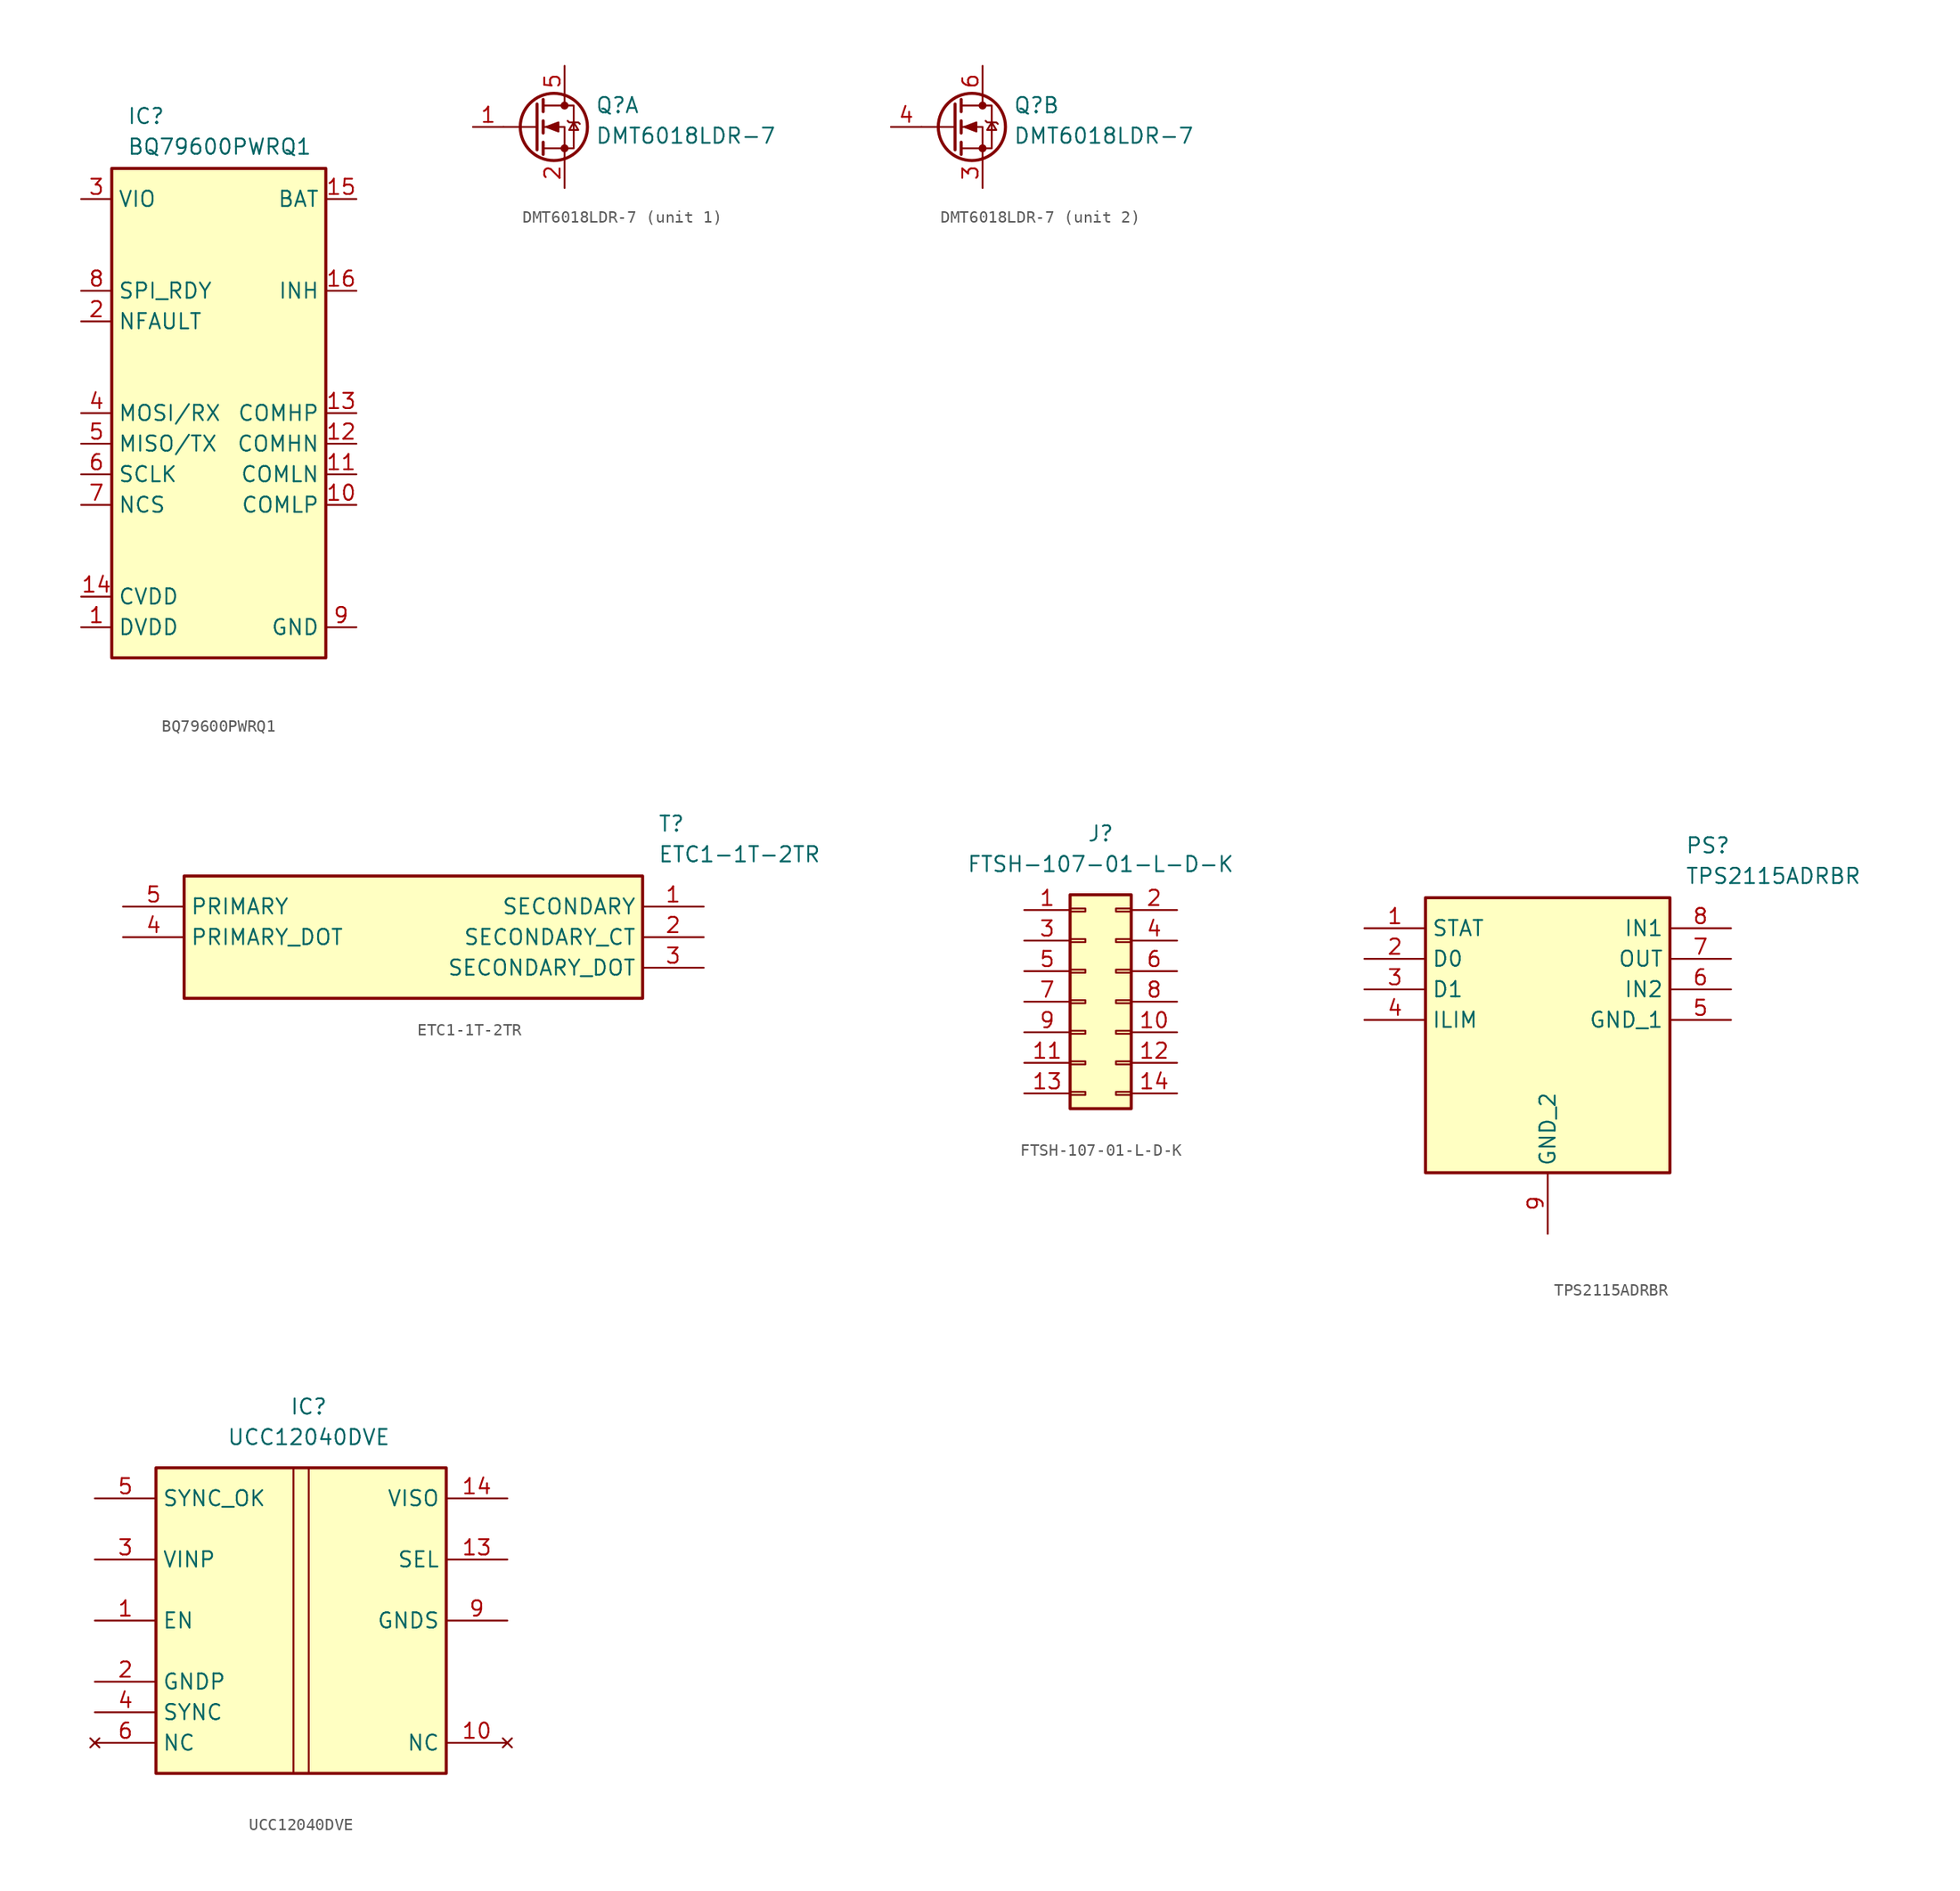
<source format=kicad_sym>
(kicad_symbol_lib
  (version 20241209)
  (generator "kicad_symbol_editor")
  (generator_version "9.0")
  (symbol "BQ79600PWRQ1"
    (property "Reference" "IC"
      (at -7.62 25.4 0)
      (effects (font (size 1.27 1.27)) (justify left top)))
    (property "Value" "BQ79600PWRQ1"
      (at -7.62 22.86 0)
      (effects (font (size 1.27 1.27)) (justify left top)))
    (symbol "BQ79600PWRQ1_1_1"
      (rectangle (start -8.89 20.32) (end 8.89 -20.32) (stroke (width 0.254) (type default)) (fill (type background)))
      (pin passive line (at -11.43 17.78 0) (length 2.54) (name "VIO" (effects (font (size 1.27 1.27)))) (number "3" (effects (font (size 1.27 1.27)))))
      (pin passive line (at -11.43 10.16 0) (length 2.54) (name "SPI_RDY" (effects (font (size 1.27 1.27)))) (number "8" (effects (font (size 1.27 1.27)))))
      (pin passive line (at -11.43 7.62 0) (length 2.54) (name "NFAULT" (effects (font (size 1.27 1.27)))) (number "2" (effects (font (size 1.27 1.27)))))
      (pin passive line (at -11.43 0 0) (length 2.54) (name "MOSI/RX" (effects (font (size 1.27 1.27)))) (number "4" (effects (font (size 1.27 1.27)))))
      (pin passive line (at -11.43 -2.54 0) (length 2.54) (name "MISO/TX" (effects (font (size 1.27 1.27)))) (number "5" (effects (font (size 1.27 1.27)))))
      (pin passive line (at -11.43 -5.08 0) (length 2.54) (name "SCLK" (effects (font (size 1.27 1.27)))) (number "6" (effects (font (size 1.27 1.27)))))
      (pin passive line (at -11.43 -7.62 0) (length 2.54) (name "NCS" (effects (font (size 1.27 1.27)))) (number "7" (effects (font (size 1.27 1.27)))))
      (pin passive line (at -11.43 -15.24 0) (length 2.54) (name "CVDD" (effects (font (size 1.27 1.27)))) (number "14" (effects (font (size 1.27 1.27)))))
      (pin passive line (at -11.43 -17.78 0) (length 2.54) (name "DVDD" (effects (font (size 1.27 1.27)))) (number "1" (effects (font (size 1.27 1.27)))))
      (pin passive line (at 11.43 17.78 180) (length 2.54) (name "BAT" (effects (font (size 1.27 1.27)))) (number "15" (effects (font (size 1.27 1.27)))))
      (pin passive line (at 11.43 10.16 180) (length 2.54) (name "INH" (effects (font (size 1.27 1.27)))) (number "16" (effects (font (size 1.27 1.27)))))
      (pin passive line (at 11.43 0 180) (length 2.54) (name "COMHP" (effects (font (size 1.27 1.27)))) (number "13" (effects (font (size 1.27 1.27)))))
      (pin passive line (at 11.43 -2.54 180) (length 2.54) (name "COMHN" (effects (font (size 1.27 1.27)))) (number "12" (effects (font (size 1.27 1.27)))))
      (pin passive line (at 11.43 -5.08 180) (length 2.54) (name "COMLN" (effects (font (size 1.27 1.27)))) (number "11" (effects (font (size 1.27 1.27)))))
      (pin passive line (at 11.43 -7.62 180) (length 2.54) (name "COMLP" (effects (font (size 1.27 1.27)))) (number "10" (effects (font (size 1.27 1.27)))))
      (pin passive line (at 11.43 -17.78 180) (length 2.54) (name "GND" (effects (font (size 1.27 1.27)))) (number "9" (effects (font (size 1.27 1.27)))))))
  (symbol "DMT6018LDR-7"
    (pin_names
      (hide yes))
    (property "Reference" "Q"
      (at 2.54 2.54 0)
      (effects (font (size 1.27 1.27)) (justify left top)))
    (property "Value" "DMT6018LDR-7"
      (at 2.54 0 0)
      (effects (font (size 1.27 1.27)) (justify left top)))
    (symbol "DMT6018LDR-7_0_1"
      (polyline (pts (xy -2.286 1.905) (xy -2.286 -1.905)) (stroke (width 0.254) (type default)) (fill (type none)))
      (polyline (pts (xy -2.286 0) (xy -5.08 0)) (stroke (width 0) (type default)) (fill (type none)))
      (polyline (pts (xy -1.778 2.286) (xy -1.778 1.27)) (stroke (width 0.254) (type default)) (fill (type none)))
      (polyline (pts (xy -1.778 0.508) (xy -1.778 -0.508)) (stroke (width 0.254) (type default)) (fill (type none)))
      (polyline (pts (xy -1.778 -1.27) (xy -1.778 -2.286)) (stroke (width 0.254) (type default)) (fill (type none)))
      (polyline (pts (xy -1.778 -1.778) (xy 0.762 -1.778) (xy 0.762 1.778) (xy -1.778 1.778)) (stroke (width 0) (type default)) (fill (type none)))
      (polyline (pts (xy -1.524 0) (xy -0.508 0.381) (xy -0.508 -0.381) (xy -1.524 0)) (stroke (width 0) (type default)) (fill (type outline)))
      (circle (center -0.889 0) (radius 2.794) (stroke (width 0.254) (type default)) (fill (type none)))
      (polyline (pts (xy 0 2.54) (xy 0 1.778)) (stroke (width 0) (type default)) (fill (type none)))
      (circle (center 0 1.778) (radius 0.254) (stroke (width 0) (type default)) (fill (type outline)))
      (circle (center 0 -1.778) (radius 0.254) (stroke (width 0) (type default)) (fill (type outline)))
      (polyline (pts (xy 0 -2.54) (xy 0 0) (xy -1.778 0)) (stroke (width 0) (type default)) (fill (type none)))
      (polyline (pts (xy 0.254 0.508) (xy 0.381 0.381) (xy 1.143 0.381) (xy 1.27 0.254)) (stroke (width 0) (type default)) (fill (type none)))
      (polyline (pts (xy 0.762 0.381) (xy 0.381 -0.254) (xy 1.143 -0.254) (xy 0.762 0.381)) (stroke (width 0) (type default)) (fill (type none))))
    (symbol "DMT6018LDR-7_1_1"
      (pin passive line (at -7.62 0 0) (length 2.54) (name "G1" (effects (font (size 1.27 1.27)))) (number "1" (effects (font (size 1.27 1.27)))))
      (pin passive line (at 0 5.08 270) (length 2.54) (name "D1" (effects (font (size 1.27 1.27)))) (number "5" (effects (font (size 1.27 1.27)))))
      (pin passive line (at 0 -5.08 90) (length 2.54) (name "S1" (effects (font (size 1.27 1.27)))) (number "2" (effects (font (size 1.27 1.27))))))
    (symbol "DMT6018LDR-7_2_1"
      (pin passive line (at -7.62 0 0) (length 2.54) (name "G2" (effects (font (size 1.27 1.27)))) (number "4" (effects (font (size 1.27 1.27)))))
      (pin passive line (at 0 5.08 270) (length 2.54) (name "D2" (effects (font (size 1.27 1.27)))) (number "6" (effects (font (size 1.27 1.27)))))
      (pin passive line (at 0 -5.08 90) (length 2.54) (name "S2" (effects (font (size 1.27 1.27)))) (number "3" (effects (font (size 1.27 1.27)))))))
  (symbol "ETC1-1T-2TR"
    (property "Reference" "T"
      (at 44.45 7.62 0)
      (effects (font (size 1.27 1.27)) (justify left top)))
    (property "Value" "ETC1-1T-2TR"
      (at 44.45 5.08 0)
      (effects (font (size 1.27 1.27)) (justify left top)))
    (symbol "ETC1-1T-2TR_1_1"
      (rectangle (start 5.08 2.54) (end 43.18 -7.62) (stroke (width 0.254) (type default)) (fill (type background)))
      (pin passive line (at 0 0 0) (length 5.08) (name "PRIMARY" (effects (font (size 1.27 1.27)))) (number "5" (effects (font (size 1.27 1.27)))))
      (pin passive line (at 0 -2.54 0) (length 5.08) (name "PRIMARY_DOT" (effects (font (size 1.27 1.27)))) (number "4" (effects (font (size 1.27 1.27)))))
      (pin passive line (at 48.26 0 180) (length 5.08) (name "SECONDARY" (effects (font (size 1.27 1.27)))) (number "1" (effects (font (size 1.27 1.27)))))
      (pin passive line (at 48.26 -2.54 180) (length 5.08) (name "SECONDARY_CT" (effects (font (size 1.27 1.27)))) (number "2" (effects (font (size 1.27 1.27)))))
      (pin passive line (at 48.26 -5.08 180) (length 5.08) (name "SECONDARY_DOT" (effects (font (size 1.27 1.27)))) (number "3" (effects (font (size 1.27 1.27)))))))
  (symbol "FTSH-107-01-L-D-K"
    (pin_names
      (hide yes))
    (property "Reference" "J"
      (at 0 13.97 0)
      (effects (font (size 1.27 1.27))))
    (property "Value" "FTSH-107-01-L-D-K"
      (at 0 11.43 0)
      (effects (font (size 1.27 1.27))))
    (symbol "FTSH-107-01-L-D-K_1_1"
      (rectangle (start -2.54 8.89) (end 2.54 -8.89) (stroke (width 0.254) (type default)) (fill (type background)))
      (rectangle (start -2.54 7.747) (end -1.27 7.493) (stroke (width 0.152) (type default)) (fill (type none)))
      (rectangle (start -2.54 5.207) (end -1.27 4.953) (stroke (width 0.152) (type default)) (fill (type none)))
      (rectangle (start -2.54 2.667) (end -1.27 2.413) (stroke (width 0.152) (type default)) (fill (type none)))
      (rectangle (start -2.54 0.127) (end -1.27 -0.127) (stroke (width 0.152) (type default)) (fill (type none)))
      (rectangle (start -2.54 -2.413) (end -1.27 -2.667) (stroke (width 0.152) (type default)) (fill (type none)))
      (rectangle (start -2.54 -4.953) (end -1.27 -5.207) (stroke (width 0.152) (type default)) (fill (type none)))
      (rectangle (start -2.54 -7.493) (end -1.27 -7.747) (stroke (width 0.152) (type default)) (fill (type none)))
      (rectangle (start 2.54 7.747) (end 1.27 7.493) (stroke (width 0.152) (type default)) (fill (type none)))
      (rectangle (start 2.54 5.207) (end 1.27 4.953) (stroke (width 0.152) (type default)) (fill (type none)))
      (rectangle (start 2.54 2.667) (end 1.27 2.413) (stroke (width 0.152) (type default)) (fill (type none)))
      (rectangle (start 2.54 0.127) (end 1.27 -0.127) (stroke (width 0.152) (type default)) (fill (type none)))
      (rectangle (start 2.54 -2.413) (end 1.27 -2.667) (stroke (width 0.152) (type default)) (fill (type none)))
      (rectangle (start 2.54 -4.953) (end 1.27 -5.207) (stroke (width 0.152) (type default)) (fill (type none)))
      (rectangle (start 2.54 -7.493) (end 1.27 -7.747) (stroke (width 0.152) (type default)) (fill (type none)))
      (pin passive line (at -6.35 7.62 0) (length 3.81) (name "Pin_1" (effects (font (size 1.27 1.27)))) (number "1" (effects (font (size 1.27 1.27)))))
      (pin passive line (at -6.35 5.08 0) (length 3.81) (name "Pin_3" (effects (font (size 1.27 1.27)))) (number "3" (effects (font (size 1.27 1.27)))))
      (pin passive line (at -6.35 2.54 0) (length 3.81) (name "Pin_5" (effects (font (size 1.27 1.27)))) (number "5" (effects (font (size 1.27 1.27)))))
      (pin passive line (at -6.35 0 0) (length 3.81) (name "Pin_7" (effects (font (size 1.27 1.27)))) (number "7" (effects (font (size 1.27 1.27)))))
      (pin passive line (at -6.35 -2.54 0) (length 3.81) (name "Pin_9" (effects (font (size 1.27 1.27)))) (number "9" (effects (font (size 1.27 1.27)))))
      (pin passive line (at -6.35 -5.08 0) (length 3.81) (name "Pin_11" (effects (font (size 1.27 1.27)))) (number "11" (effects (font (size 1.27 1.27)))))
      (pin passive line (at -6.35 -7.62 0) (length 3.81) (name "Pin_13" (effects (font (size 1.27 1.27)))) (number "13" (effects (font (size 1.27 1.27)))))
      (pin passive line (at 6.35 7.62 180) (length 3.81) (name "Pin_2" (effects (font (size 1.27 1.27)))) (number "2" (effects (font (size 1.27 1.27)))))
      (pin passive line (at 6.35 5.08 180) (length 3.81) (name "Pin_4" (effects (font (size 1.27 1.27)))) (number "4" (effects (font (size 1.27 1.27)))))
      (pin passive line (at 6.35 2.54 180) (length 3.81) (name "Pin_6" (effects (font (size 1.27 1.27)))) (number "6" (effects (font (size 1.27 1.27)))))
      (pin passive line (at 6.35 0 180) (length 3.81) (name "Pin_8" (effects (font (size 1.27 1.27)))) (number "8" (effects (font (size 1.27 1.27)))))
      (pin passive line (at 6.35 -2.54 180) (length 3.81) (name "Pin_10" (effects (font (size 1.27 1.27)))) (number "10" (effects (font (size 1.27 1.27)))))
      (pin passive line (at 6.35 -5.08 180) (length 3.81) (name "Pin_12" (effects (font (size 1.27 1.27)))) (number "12" (effects (font (size 1.27 1.27)))))
      (pin passive line (at 6.35 -7.62 180) (length 3.81) (name "Pin_14" (effects (font (size 1.27 1.27)))) (number "14" (effects (font (size 1.27 1.27)))))))
  (symbol "TPS2115ADRBR"
    (property "Reference" "PS"
      (at 26.67 7.62 0)
      (effects (font (size 1.27 1.27)) (justify left top)))
    (property "Value" "TPS2115ADRBR"
      (at 26.67 5.08 0)
      (effects (font (size 1.27 1.27)) (justify left top)))
    (symbol "TPS2115ADRBR_1_1"
      (rectangle (start 5.08 2.54) (end 25.4 -20.32) (stroke (width 0.254) (type default)) (fill (type background)))
      (pin passive line (at 0 0 0) (length 5.08) (name "STAT" (effects (font (size 1.27 1.27)))) (number "1" (effects (font (size 1.27 1.27)))))
      (pin passive line (at 0 -2.54 0) (length 5.08) (name "D0" (effects (font (size 1.27 1.27)))) (number "2" (effects (font (size 1.27 1.27)))))
      (pin passive line (at 0 -5.08 0) (length 5.08) (name "D1" (effects (font (size 1.27 1.27)))) (number "3" (effects (font (size 1.27 1.27)))))
      (pin passive line (at 0 -7.62 0) (length 5.08) (name "ILIM" (effects (font (size 1.27 1.27)))) (number "4" (effects (font (size 1.27 1.27)))))
      (pin passive line (at 15.24 -25.4 90) (length 5.08) (name "GND_2" (effects (font (size 1.27 1.27)))) (number "9" (effects (font (size 1.27 1.27)))))
      (pin passive line (at 30.48 0 180) (length 5.08) (name "IN1" (effects (font (size 1.27 1.27)))) (number "8" (effects (font (size 1.27 1.27)))))
      (pin passive line (at 30.48 -2.54 180) (length 5.08) (name "OUT" (effects (font (size 1.27 1.27)))) (number "7" (effects (font (size 1.27 1.27)))))
      (pin passive line (at 30.48 -5.08 180) (length 5.08) (name "IN2" (effects (font (size 1.27 1.27)))) (number "6" (effects (font (size 1.27 1.27)))))
      (pin passive line (at 30.48 -7.62 180) (length 5.08) (name "GND_1" (effects (font (size 1.27 1.27)))) (number "5" (effects (font (size 1.27 1.27)))))))
  (symbol "UCC12040DVE"
    (property "Reference" "IC"
      (at 0 17.78 0)
      (effects (font (size 1.27 1.27))))
    (property "Value" "UCC12040DVE"
      (at 0 15.24 0)
      (effects (font (size 1.27 1.27))))
    (symbol "UCC12040DVE_0_0"
      (pin passive line (at -17.78 10.16 0) (length 5.08) (name "SYNC_OK" (effects (font (size 1.27 1.27)))) (number "5" (effects (font (size 1.27 1.27)))))
      (pin passive line (at -17.78 5.08 0) (length 5.08) (name "VINP" (effects (font (size 1.27 1.27)))) (number "3" (effects (font (size 1.27 1.27)))))
      (pin passive line (at -17.78 0 0) (length 5.08) (name "EN" (effects (font (size 1.27 1.27)))) (number "1" (effects (font (size 1.27 1.27)))))
      (pin passive line (at -17.78 -5.08 0) (length 5.08) (name "GNDP" (effects (font (size 1.27 1.27)))) (number "2" (effects (font (size 1.27 1.27)))))
      (pin passive line (at -17.78 -7.62 0) (length 5.08) (name "SYNC" (effects (font (size 1.27 1.27)))) (number "4" (effects (font (size 1.27 1.27)))))
      (pin passive line (at 16.51 10.16 180) (length 5.08) (name "VISO" (effects (font (size 1.27 1.27)))) (number "14" (effects (font (size 1.27 1.27)))))
      (pin passive line (at 16.51 5.08 180) (length 5.08) (name "SEL" (effects (font (size 1.27 1.27)))) (number "13" (effects (font (size 1.27 1.27))))))
    (symbol "UCC12040DVE_0_1"
      (rectangle (start -12.7 12.7) (end 11.43 -12.7) (stroke (width 0.254) (type default)) (fill (type background)))
      (polyline (pts (xy -1.27 12.7) (xy -1.27 -12.7)) (stroke (width 0) (type default)) (fill (type none)))
      (polyline (pts (xy 0 12.7) (xy 0 -12.7)) (stroke (width 0) (type default)) (fill (type none))))
    (symbol "UCC12040DVE_1_0"
      (pin no_connect line (at -17.78 -10.16 0) (length 5.08) (name "NC" (effects (font (size 1.27 1.27)))) (number "6" (effects (font (size 1.27 1.27)))))
      (pin no_connect line (at -17.78 -10.16 0) (length 5.08) (hide yes) (name "NC" (effects (font (size 1.27 1.27)))) (number "7" (effects (font (size 1.27 1.27)))))
      (pin no_connect line (at -17.78 -10.16 0) (length 5.08) (hide yes) (name "NC" (effects (font (size 1.27 1.27)))) (number "8" (effects (font (size 1.27 1.27)))))
      (pin passive line (at 16.51 0 180) (length 5.08) (hide yes) (name "GNDS" (effects (font (size 1.27 1.27)))) (number "15" (effects (font (size 1.27 1.27)))))
      (pin passive line (at 16.51 0 180) (length 5.08) (hide yes) (name "GNDS" (effects (font (size 1.27 1.27)))) (number "16" (effects (font (size 1.27 1.27)))))
      (pin passive line (at 16.51 0 180) (length 5.08) (name "GNDS" (effects (font (size 1.27 1.27)))) (number "9" (effects (font (size 1.27 1.27)))))
      (pin no_connect line (at 16.51 -10.16 180) (length 5.08) (name "NC" (effects (font (size 1.27 1.27)))) (number "10" (effects (font (size 1.27 1.27)))))
      (pin no_connect line (at 16.51 -10.16 180) (length 5.08) (hide yes) (name "NC" (effects (font (size 1.27 1.27)))) (number "11" (effects (font (size 1.27 1.27)))))
      (pin no_connect line (at 16.51 -10.16 180) (length 5.08) (hide yes) (name "NC" (effects (font (size 1.27 1.27)))) (number "12" (effects (font (size 1.27 1.27))))))))
</source>
